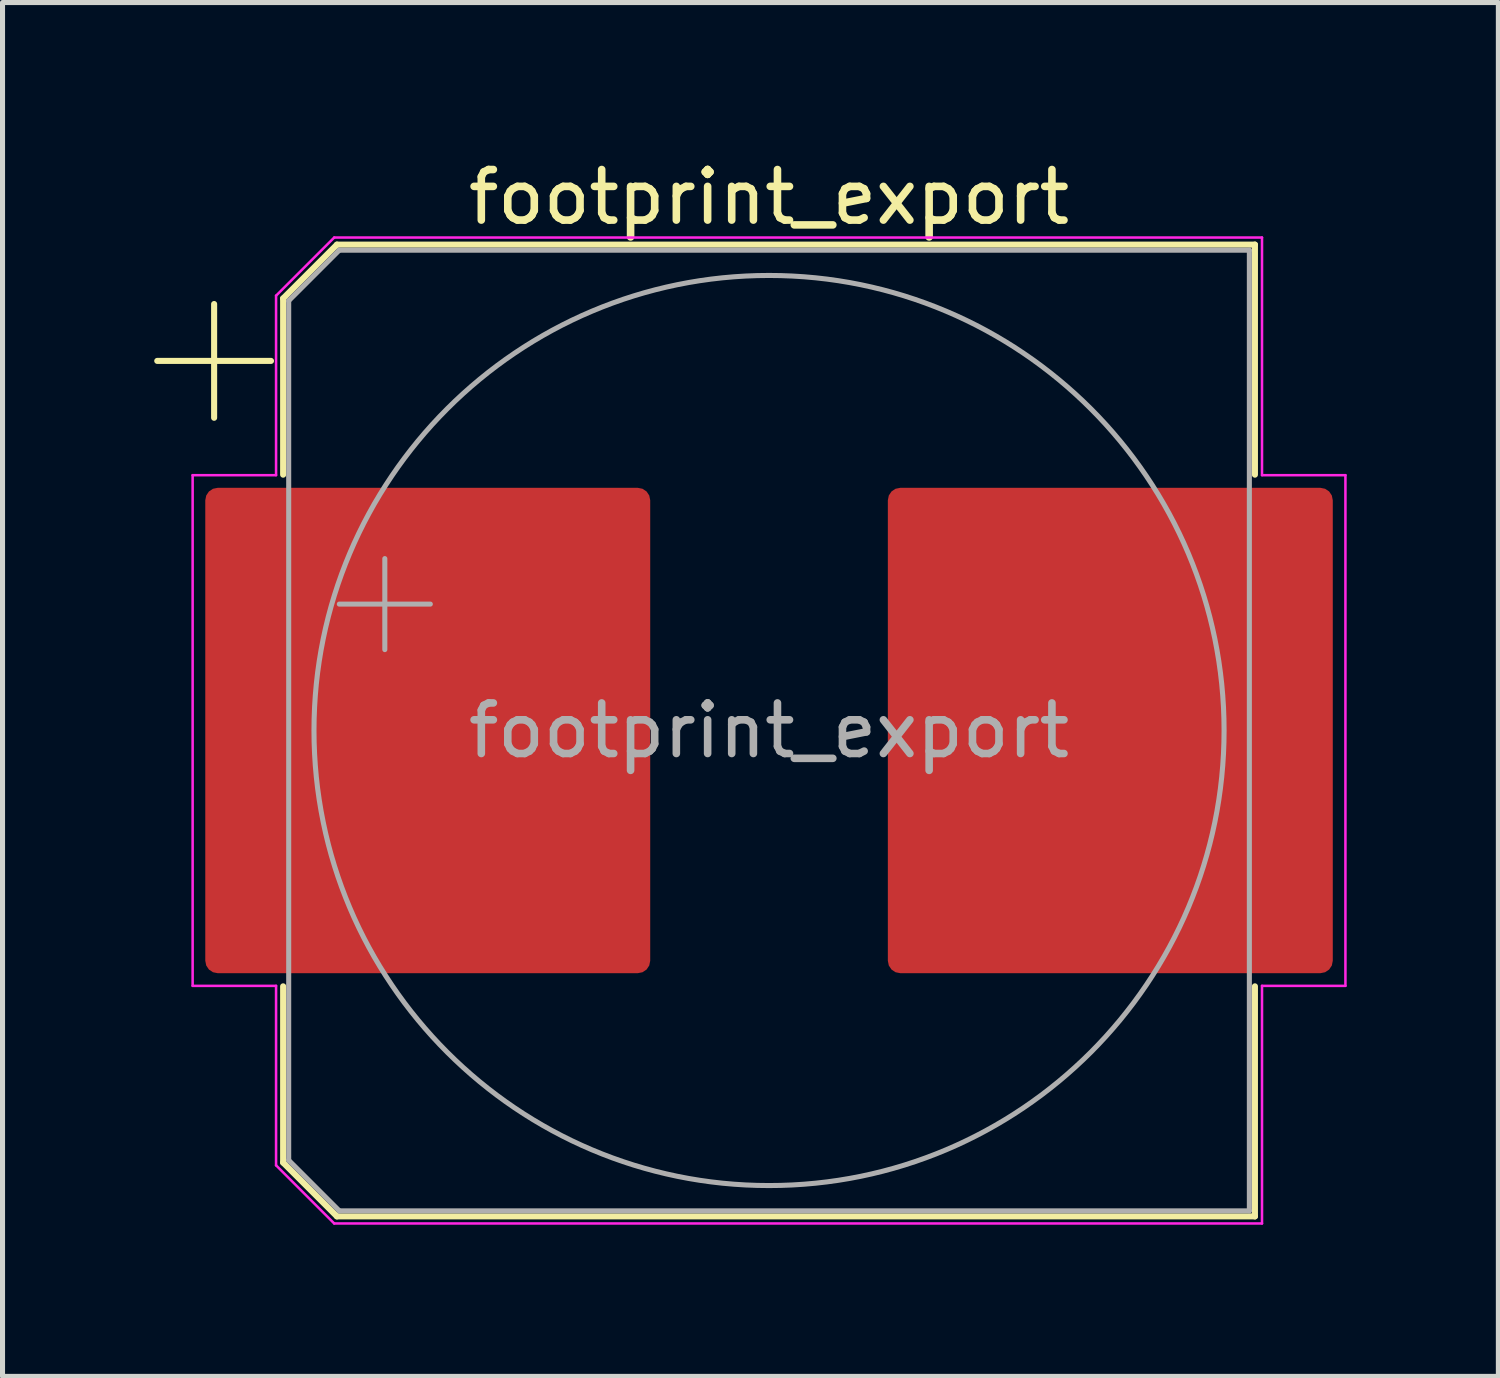
<source format=kicad_pcb>
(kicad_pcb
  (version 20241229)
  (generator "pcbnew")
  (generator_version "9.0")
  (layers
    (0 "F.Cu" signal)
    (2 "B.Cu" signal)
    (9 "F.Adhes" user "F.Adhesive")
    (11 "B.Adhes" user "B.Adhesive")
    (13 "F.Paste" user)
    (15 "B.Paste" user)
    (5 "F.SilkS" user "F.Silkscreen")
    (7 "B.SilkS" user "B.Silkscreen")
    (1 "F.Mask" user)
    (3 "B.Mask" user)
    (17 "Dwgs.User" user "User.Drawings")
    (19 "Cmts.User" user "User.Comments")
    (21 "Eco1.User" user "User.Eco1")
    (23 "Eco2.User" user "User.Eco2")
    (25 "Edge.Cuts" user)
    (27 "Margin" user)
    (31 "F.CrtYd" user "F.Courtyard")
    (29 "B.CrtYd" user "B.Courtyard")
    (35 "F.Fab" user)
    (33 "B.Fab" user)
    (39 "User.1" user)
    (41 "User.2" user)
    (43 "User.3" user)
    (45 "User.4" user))
  (footprint "footprint_export"
    (layer "F.Cu")
    (at 12.16 11.398)
    (property "Reference" "footprint_export" (at 0 -10.55 0) (layer "F.SilkS") (effects (font (size 1 1) (thickness 0.15))))
    (attr smd)
    (fp_line (start -12.1 -7.31) (end -9.85 -7.31) (stroke (width 0.12) (type solid)) (layer "F.SilkS"))
    (fp_line (start -10.975 -8.435) (end -10.975 -6.185) (stroke (width 0.12) (type solid)) (layer "F.SilkS"))
    (fp_line (start -9.61 -8.546) (end -9.61 -5.06) (stroke (width 0.12) (type solid)) (layer "F.SilkS"))
    (fp_line (start -9.61 -8.546) (end -8.546 -9.61) (stroke (width 0.12) (type solid)) (layer "F.SilkS"))
    (fp_line (start -9.61 8.546) (end -9.61 5.06) (stroke (width 0.12) (type solid)) (layer "F.SilkS"))
    (fp_line (start -9.61 8.546) (end -8.546 9.61) (stroke (width 0.12) (type solid)) (layer "F.SilkS"))
    (fp_line (start -8.546 -9.61) (end 9.61 -9.61) (stroke (width 0.12) (type solid)) (layer "F.SilkS"))
    (fp_line (start -8.546 9.61) (end 9.61 9.61) (stroke (width 0.12) (type solid)) (layer "F.SilkS"))
    (fp_line (start 9.61 -9.61) (end 9.61 -5.06) (stroke (width 0.12) (type solid)) (layer "F.SilkS"))
    (fp_line (start 9.61 9.61) (end 9.61 5.06) (stroke (width 0.12) (type solid)) (layer "F.SilkS"))
    (fp_line (start -11.4 -5.05) (end -11.4 5.05) (stroke (width 0.05) (type solid)) (layer "F.CrtYd"))
    (fp_line (start -11.4 5.05) (end -9.75 5.05) (stroke (width 0.05) (type solid)) (layer "F.CrtYd"))
    (fp_line (start -9.75 -8.6) (end -9.75 -5.05) (stroke (width 0.05) (type solid)) (layer "F.CrtYd"))
    (fp_line (start -9.75 -8.6) (end -8.6 -9.75) (stroke (width 0.05) (type solid)) (layer "F.CrtYd"))
    (fp_line (start -9.75 -5.05) (end -11.4 -5.05) (stroke (width 0.05) (type solid)) (layer "F.CrtYd"))
    (fp_line (start -9.75 5.05) (end -9.75 8.6) (stroke (width 0.05) (type solid)) (layer "F.CrtYd"))
    (fp_line (start -9.75 8.6) (end -8.6 9.75) (stroke (width 0.05) (type solid)) (layer "F.CrtYd"))
    (fp_line (start -8.6 -9.75) (end 9.75 -9.75) (stroke (width 0.05) (type solid)) (layer "F.CrtYd"))
    (fp_line (start -8.6 9.75) (end 9.75 9.75) (stroke (width 0.05) (type solid)) (layer "F.CrtYd"))
    (fp_line (start 9.75 -9.75) (end 9.75 -5.05) (stroke (width 0.05) (type solid)) (layer "F.CrtYd"))
    (fp_line (start 9.75 -5.05) (end 11.4 -5.05) (stroke (width 0.05) (type solid)) (layer "F.CrtYd"))
    (fp_line (start 9.75 5.05) (end 9.75 9.75) (stroke (width 0.05) (type solid)) (layer "F.CrtYd"))
    (fp_line (start 11.4 -5.05) (end 11.4 5.05) (stroke (width 0.05) (type solid)) (layer "F.CrtYd"))
    (fp_line (start 11.4 5.05) (end 9.75 5.05) (stroke (width 0.05) (type solid)) (layer "F.CrtYd"))
    (fp_line (start -9.5 -8.5) (end -9.5 8.5) (stroke (width 0.1) (type solid)) (layer "F.Fab"))
    (fp_line (start -9.5 -8.5) (end -8.5 -9.5) (stroke (width 0.1) (type solid)) (layer "F.Fab"))
    (fp_line (start -9.5 8.5) (end -8.5 9.5) (stroke (width 0.1) (type solid)) (layer "F.Fab"))
    (fp_line (start -8.5 -9.5) (end 9.5 -9.5) (stroke (width 0.1) (type solid)) (layer "F.Fab"))
    (fp_line (start -8.5 9.5) (end 9.5 9.5) (stroke (width 0.1) (type solid)) (layer "F.Fab"))
    (fp_line (start -8.499 -2.5) (end -6.699 -2.5) (stroke (width 0.1) (type solid)) (layer "F.Fab"))
    (fp_line (start -7.599 -3.4) (end -7.599 -1.6) (stroke (width 0.1) (type solid)) (layer "F.Fab"))
    (fp_line (start 9.5 -9.5) (end 9.5 9.5) (stroke (width 0.1) (type solid)) (layer "F.Fab"))
    (fp_circle (center 0 0) (end 9 0) (stroke (width 0.1) (type solid)) (fill no) (layer "F.Fab"))
    (fp_text user "${REFERENCE}" (at 0 0 0) (layer "F.Fab") (effects (font (size 1 1) (thickness 0.15))))
    (pad "1" smd roundrect (at -6.75 0) (size 8.8 9.6) (layers "F.Cu" "F.Mask" "F.Paste") (roundrect_rratio 0.028))
    (pad "2" smd roundrect (at 6.75 0) (size 8.8 9.6) (layers "F.Cu" "F.Mask" "F.Paste") (roundrect_rratio 0.028)))
  (gr_rect
    (start -3 -3)
    (end 26.585 24.173)
    (stroke (width 0.1) (type default))
    (fill no)
    (layer "Edge.Cuts")))
</source>
